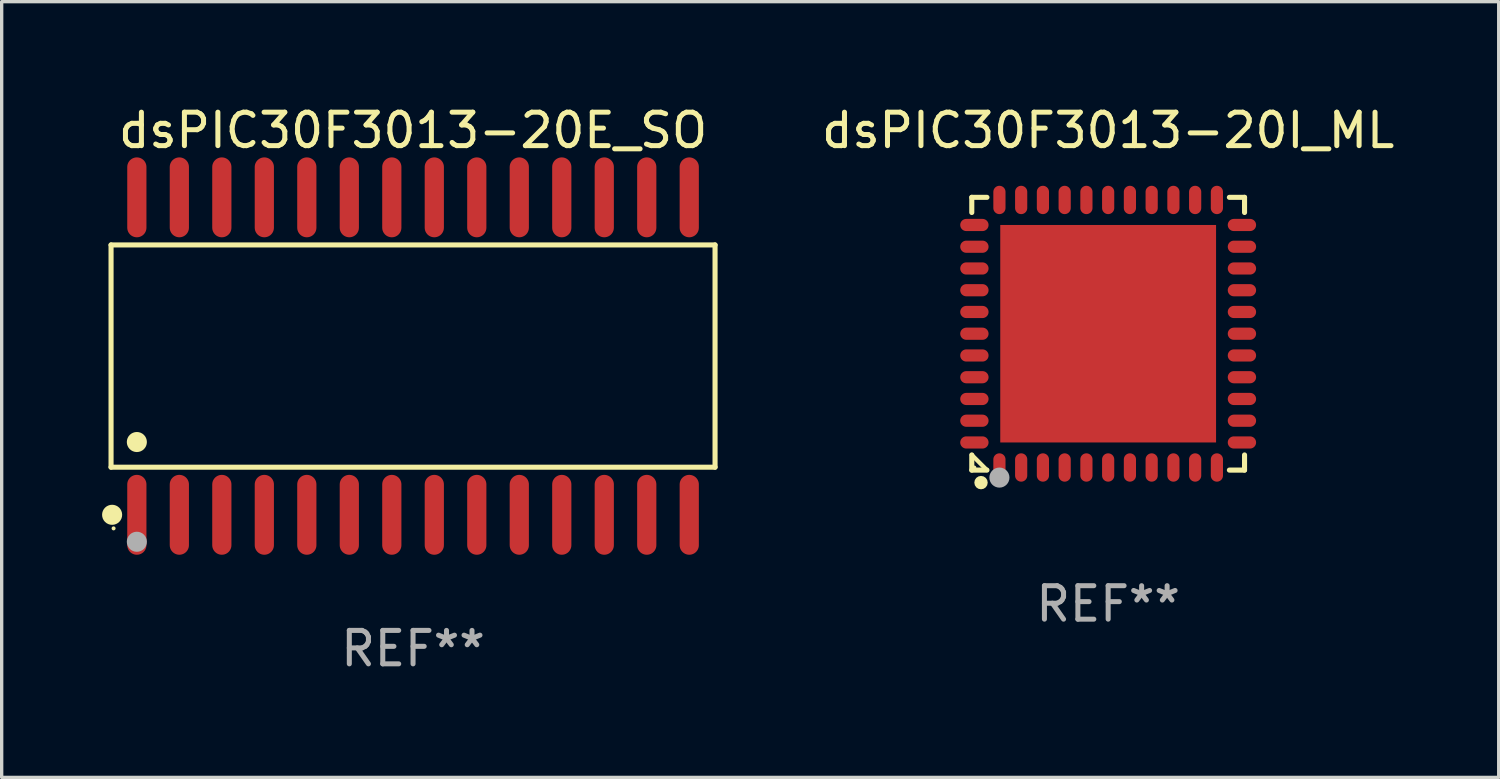
<source format=kicad_pcb>
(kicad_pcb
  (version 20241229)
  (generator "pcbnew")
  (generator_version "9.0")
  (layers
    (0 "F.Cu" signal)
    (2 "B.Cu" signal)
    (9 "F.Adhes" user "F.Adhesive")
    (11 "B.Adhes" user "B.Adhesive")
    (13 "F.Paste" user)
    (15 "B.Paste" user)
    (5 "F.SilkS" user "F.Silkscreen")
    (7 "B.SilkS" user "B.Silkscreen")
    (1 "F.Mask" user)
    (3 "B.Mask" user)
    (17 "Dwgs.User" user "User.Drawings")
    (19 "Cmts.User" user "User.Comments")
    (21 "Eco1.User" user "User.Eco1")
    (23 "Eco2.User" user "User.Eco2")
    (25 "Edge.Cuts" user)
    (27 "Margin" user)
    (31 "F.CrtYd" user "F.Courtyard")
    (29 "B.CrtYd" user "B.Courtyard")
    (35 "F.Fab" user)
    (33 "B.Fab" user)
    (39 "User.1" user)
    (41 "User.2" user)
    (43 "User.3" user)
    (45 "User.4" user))
  (footprint "dsPIC30F3013-20I_ML"
    (layer "F.Cu")
    (at 30.07 6.924)
    (property "Reference" "dsPIC30F3013-20I_ML" (at 0 -6.076 0) (layer "F.SilkS") (effects (font (size 1 1) (thickness 0.15))))
    (attr through_hole)
    (fp_line (start -4.076 -4.076) (end -3.623 -4.076) (stroke (width 0.152) (type solid)) (layer "F.SilkS"))
    (fp_line (start -4.076 -3.623) (end -4.076 -4.076) (stroke (width 0.152) (type solid)) (layer "F.SilkS"))
    (fp_line (start -4.076 3.623) (end -4.076 4.076) (stroke (width 0.152) (type solid)) (layer "F.SilkS"))
    (fp_line (start -4.076 4.076) (end -3.623 4.076) (stroke (width 0.152) (type solid)) (layer "F.SilkS"))
    (fp_line (start -3.623 4.076) (end -4.076 3.623) (stroke (width 0.127) (type solid)) (layer "F.SilkS"))
    (fp_line (start 4.076 -4.076) (end 3.623 -4.076) (stroke (width 0.152) (type solid)) (layer "F.SilkS"))
    (fp_line (start 4.076 -3.623) (end 4.076 -4.076) (stroke (width 0.152) (type solid)) (layer "F.SilkS"))
    (fp_line (start 4.076 3.623) (end 4.076 4.076) (stroke (width 0.152) (type solid)) (layer "F.SilkS"))
    (fp_line (start 4.076 4.076) (end 3.623 4.076) (stroke (width 0.152) (type solid)) (layer "F.SilkS"))
    (fp_circle (center -4 4) (end -3.97 4) (stroke (width 0.06) (type solid)) (fill no) (layer "F.SilkS"))
    (fp_circle (center -3.8 4.45) (end -3.7 4.45) (stroke (width 0.2) (type solid)) (fill no) (layer "F.SilkS"))
    (fp_circle (center -3.25 4.3) (end -3.1 4.3) (stroke (width 0.3) (type solid)) (fill no) (layer "F.Fab"))
    (fp_text user "REF**" (at 0 8.076 0) (layer "F.Fab") (effects (font (size 1 1) (thickness 0.15))))
    (pad "1" smd oval (at -3.25 3.998) (size 0.364 0.847) (layers "F.Cu" "F.Mask" "F.Paste"))
    (pad "2" smd oval (at -2.6 3.998) (size 0.364 0.847) (layers "F.Cu" "F.Mask" "F.Paste"))
    (pad "3" smd oval (at -1.95 3.998) (size 0.364 0.847) (layers "F.Cu" "F.Mask" "F.Paste"))
    (pad "4" smd oval (at -1.3 3.998) (size 0.364 0.847) (layers "F.Cu" "F.Mask" "F.Paste"))
    (pad "5" smd oval (at -0.65 3.998) (size 0.364 0.847) (layers "F.Cu" "F.Mask" "F.Paste"))
    (pad "6" smd oval (at 0 3.998) (size 0.364 0.847) (layers "F.Cu" "F.Mask" "F.Paste"))
    (pad "7" smd oval (at 0.65 3.998) (size 0.364 0.847) (layers "F.Cu" "F.Mask" "F.Paste"))
    (pad "8" smd oval (at 1.3 3.998) (size 0.364 0.847) (layers "F.Cu" "F.Mask" "F.Paste"))
    (pad "9" smd oval (at 1.95 3.998) (size 0.364 0.847) (layers "F.Cu" "F.Mask" "F.Paste"))
    (pad "10" smd oval (at 2.6 3.998) (size 0.364 0.847) (layers "F.Cu" "F.Mask" "F.Paste"))
    (pad "11" smd oval (at 3.25 3.998) (size 0.364 0.847) (layers "F.Cu" "F.Mask" "F.Paste"))
    (pad "12" smd oval (at 3.998 3.25) (size 0.847 0.364) (layers "F.Cu" "F.Mask" "F.Paste"))
    (pad "13" smd oval (at 3.998 2.6) (size 0.847 0.364) (layers "F.Cu" "F.Mask" "F.Paste"))
    (pad "14" smd oval (at 3.998 1.95) (size 0.847 0.364) (layers "F.Cu" "F.Mask" "F.Paste"))
    (pad "15" smd oval (at 3.998 1.3) (size 0.847 0.364) (layers "F.Cu" "F.Mask" "F.Paste"))
    (pad "16" smd oval (at 3.998 0.65) (size 0.847 0.364) (layers "F.Cu" "F.Mask" "F.Paste"))
    (pad "17" smd oval (at 3.998 0) (size 0.847 0.364) (layers "F.Cu" "F.Mask" "F.Paste"))
    (pad "18" smd oval (at 3.998 -0.65) (size 0.847 0.364) (layers "F.Cu" "F.Mask" "F.Paste"))
    (pad "19" smd oval (at 3.998 -1.3) (size 0.847 0.364) (layers "F.Cu" "F.Mask" "F.Paste"))
    (pad "20" smd oval (at 3.998 -1.95) (size 0.847 0.364) (layers "F.Cu" "F.Mask" "F.Paste"))
    (pad "21" smd oval (at 3.998 -2.6) (size 0.847 0.364) (layers "F.Cu" "F.Mask" "F.Paste"))
    (pad "22" smd oval (at 3.998 -3.25) (size 0.847 0.364) (layers "F.Cu" "F.Mask" "F.Paste"))
    (pad "23" smd oval (at 3.25 -3.998) (size 0.364 0.847) (layers "F.Cu" "F.Mask" "F.Paste"))
    (pad "24" smd oval (at 2.6 -3.998) (size 0.364 0.847) (layers "F.Cu" "F.Mask" "F.Paste"))
    (pad "25" smd oval (at 1.95 -3.998) (size 0.364 0.847) (layers "F.Cu" "F.Mask" "F.Paste"))
    (pad "26" smd oval (at 1.3 -3.998) (size 0.364 0.847) (layers "F.Cu" "F.Mask" "F.Paste"))
    (pad "27" smd oval (at 0.65 -3.998) (size 0.364 0.847) (layers "F.Cu" "F.Mask" "F.Paste"))
    (pad "28" smd oval (at 0 -3.998) (size 0.364 0.847) (layers "F.Cu" "F.Mask" "F.Paste"))
    (pad "29" smd oval (at -0.65 -3.998) (size 0.364 0.847) (layers "F.Cu" "F.Mask" "F.Paste"))
    (pad "30" smd oval (at -1.3 -3.998) (size 0.364 0.847) (layers "F.Cu" "F.Mask" "F.Paste"))
    (pad "31" smd oval (at -1.95 -3.998) (size 0.364 0.847) (layers "F.Cu" "F.Mask" "F.Paste"))
    (pad "32" smd oval (at -2.6 -3.998) (size 0.364 0.847) (layers "F.Cu" "F.Mask" "F.Paste"))
    (pad "33" smd oval (at -3.25 -3.998) (size 0.364 0.847) (layers "F.Cu" "F.Mask" "F.Paste"))
    (pad "34" smd oval (at -3.998 -3.25) (size 0.847 0.364) (layers "F.Cu" "F.Mask" "F.Paste"))
    (pad "35" smd oval (at -3.998 -2.6) (size 0.847 0.364) (layers "F.Cu" "F.Mask" "F.Paste"))
    (pad "36" smd oval (at -3.998 -1.95) (size 0.847 0.364) (layers "F.Cu" "F.Mask" "F.Paste"))
    (pad "37" smd oval (at -3.998 -1.3) (size 0.847 0.364) (layers "F.Cu" "F.Mask" "F.Paste"))
    (pad "38" smd oval (at -3.998 -0.65) (size 0.847 0.364) (layers "F.Cu" "F.Mask" "F.Paste"))
    (pad "39" smd oval (at -3.998 0) (size 0.847 0.364) (layers "F.Cu" "F.Mask" "F.Paste"))
    (pad "40" smd oval (at -3.998 0.65) (size 0.847 0.364) (layers "F.Cu" "F.Mask" "F.Paste"))
    (pad "41" smd oval (at -3.998 1.3) (size 0.847 0.364) (layers "F.Cu" "F.Mask" "F.Paste"))
    (pad "42" smd oval (at -3.998 1.95) (size 0.847 0.364) (layers "F.Cu" "F.Mask" "F.Paste"))
    (pad "43" smd oval (at -3.998 2.6) (size 0.847 0.364) (layers "F.Cu" "F.Mask" "F.Paste"))
    (pad "44" smd oval (at -3.998 3.25) (size 0.847 0.364) (layers "F.Cu" "F.Mask" "F.Paste"))
    (pad "45" smd rect (at 0 0) (size 6.45 6.5) (layers "F.Cu" "F.Mask" "F.Paste")))
  (footprint "dsPIC30F3013-20E_SO"
    (layer "F.Cu")
    (at 9.295 7.592)
    (property "Reference" "dsPIC30F3013-20E_SO" (at 0 -6.744 0) (layer "F.SilkS") (effects (font (size 1 1) (thickness 0.15))))
    (attr through_hole)
    (fp_line (start -9.026 -3.321) (end 9.026 -3.321) (stroke (width 0.152) (type solid)) (layer "F.SilkS"))
    (fp_line (start -9.026 3.321) (end -9.026 -3.321) (stroke (width 0.152) (type solid)) (layer "F.SilkS"))
    (fp_line (start 9.026 -3.321) (end 9.026 3.321) (stroke (width 0.152) (type solid)) (layer "F.SilkS"))
    (fp_line (start 9.026 3.321) (end -9.026 3.321) (stroke (width 0.152) (type solid)) (layer "F.SilkS"))
    (fp_circle (center -8.994 4.744) (end -8.844 4.744) (stroke (width 0.3) (type solid)) (fill no) (layer "F.SilkS"))
    (fp_circle (center -8.95 5.15) (end -8.92 5.15) (stroke (width 0.06) (type solid)) (fill no) (layer "F.SilkS"))
    (fp_circle (center -8.255 2.569) (end -8.105 2.569) (stroke (width 0.3) (type solid)) (fill no) (layer "F.SilkS"))
    (fp_circle (center -8.255 5.55) (end -8.105 5.55) (stroke (width 0.3) (type solid)) (fill no) (layer "F.Fab"))
    (fp_text user "REF**" (at 0 8.744 0) (layer "F.Fab") (effects (font (size 1 1) (thickness 0.15))))
    (pad "1" smd oval (at -8.255 4.744) (size 0.574 2.388) (layers "F.Cu" "F.Mask" "F.Paste"))
    (pad "2" smd oval (at -6.985 4.744) (size 0.574 2.388) (layers "F.Cu" "F.Mask" "F.Paste"))
    (pad "3" smd oval (at -5.715 4.744) (size 0.574 2.388) (layers "F.Cu" "F.Mask" "F.Paste"))
    (pad "4" smd oval (at -4.445 4.744) (size 0.574 2.388) (layers "F.Cu" "F.Mask" "F.Paste"))
    (pad "5" smd oval (at -3.175 4.744) (size 0.574 2.388) (layers "F.Cu" "F.Mask" "F.Paste"))
    (pad "6" smd oval (at -1.905 4.744) (size 0.574 2.388) (layers "F.Cu" "F.Mask" "F.Paste"))
    (pad "7" smd oval (at -0.635 4.744) (size 0.574 2.388) (layers "F.Cu" "F.Mask" "F.Paste"))
    (pad "8" smd oval (at 0.635 4.744) (size 0.574 2.388) (layers "F.Cu" "F.Mask" "F.Paste"))
    (pad "9" smd oval (at 1.905 4.744) (size 0.574 2.388) (layers "F.Cu" "F.Mask" "F.Paste"))
    (pad "10" smd oval (at 3.175 4.744) (size 0.574 2.388) (layers "F.Cu" "F.Mask" "F.Paste"))
    (pad "11" smd oval (at 4.445 4.744) (size 0.574 2.388) (layers "F.Cu" "F.Mask" "F.Paste"))
    (pad "12" smd oval (at 5.715 4.744) (size 0.574 2.388) (layers "F.Cu" "F.Mask" "F.Paste"))
    (pad "13" smd oval (at 6.985 4.744) (size 0.574 2.388) (layers "F.Cu" "F.Mask" "F.Paste"))
    (pad "14" smd oval (at 8.255 4.744) (size 0.574 2.388) (layers "F.Cu" "F.Mask" "F.Paste"))
    (pad "15" smd oval (at 8.255 -4.744) (size 0.574 2.388) (layers "F.Cu" "F.Mask" "F.Paste"))
    (pad "16" smd oval (at 6.985 -4.744) (size 0.574 2.388) (layers "F.Cu" "F.Mask" "F.Paste"))
    (pad "17" smd oval (at 5.715 -4.744) (size 0.574 2.388) (layers "F.Cu" "F.Mask" "F.Paste"))
    (pad "18" smd oval (at 4.445 -4.744) (size 0.574 2.388) (layers "F.Cu" "F.Mask" "F.Paste"))
    (pad "19" smd oval (at 3.175 -4.744) (size 0.574 2.388) (layers "F.Cu" "F.Mask" "F.Paste"))
    (pad "20" smd oval (at 1.905 -4.744) (size 0.574 2.388) (layers "F.Cu" "F.Mask" "F.Paste"))
    (pad "21" smd oval (at 0.635 -4.744) (size 0.574 2.388) (layers "F.Cu" "F.Mask" "F.Paste"))
    (pad "22" smd oval (at -0.635 -4.744) (size 0.574 2.388) (layers "F.Cu" "F.Mask" "F.Paste"))
    (pad "23" smd oval (at -1.905 -4.744) (size 0.574 2.388) (layers "F.Cu" "F.Mask" "F.Paste"))
    (pad "24" smd oval (at -3.175 -4.744) (size 0.574 2.388) (layers "F.Cu" "F.Mask" "F.Paste"))
    (pad "25" smd oval (at -4.445 -4.744) (size 0.574 2.388) (layers "F.Cu" "F.Mask" "F.Paste"))
    (pad "26" smd oval (at -5.715 -4.744) (size 0.574 2.388) (layers "F.Cu" "F.Mask" "F.Paste"))
    (pad "27" smd oval (at -6.985 -4.744) (size 0.574 2.388) (layers "F.Cu" "F.Mask" "F.Paste"))
    (pad "28" smd oval (at -8.255 -4.744) (size 0.574 2.388) (layers "F.Cu" "F.Mask" "F.Paste")))
  (gr_rect
    (start -3 -3)
    (end 41.742 20.184)
    (stroke (width 0.1) (type default))
    (fill no)
    (layer "Edge.Cuts")))
</source>
